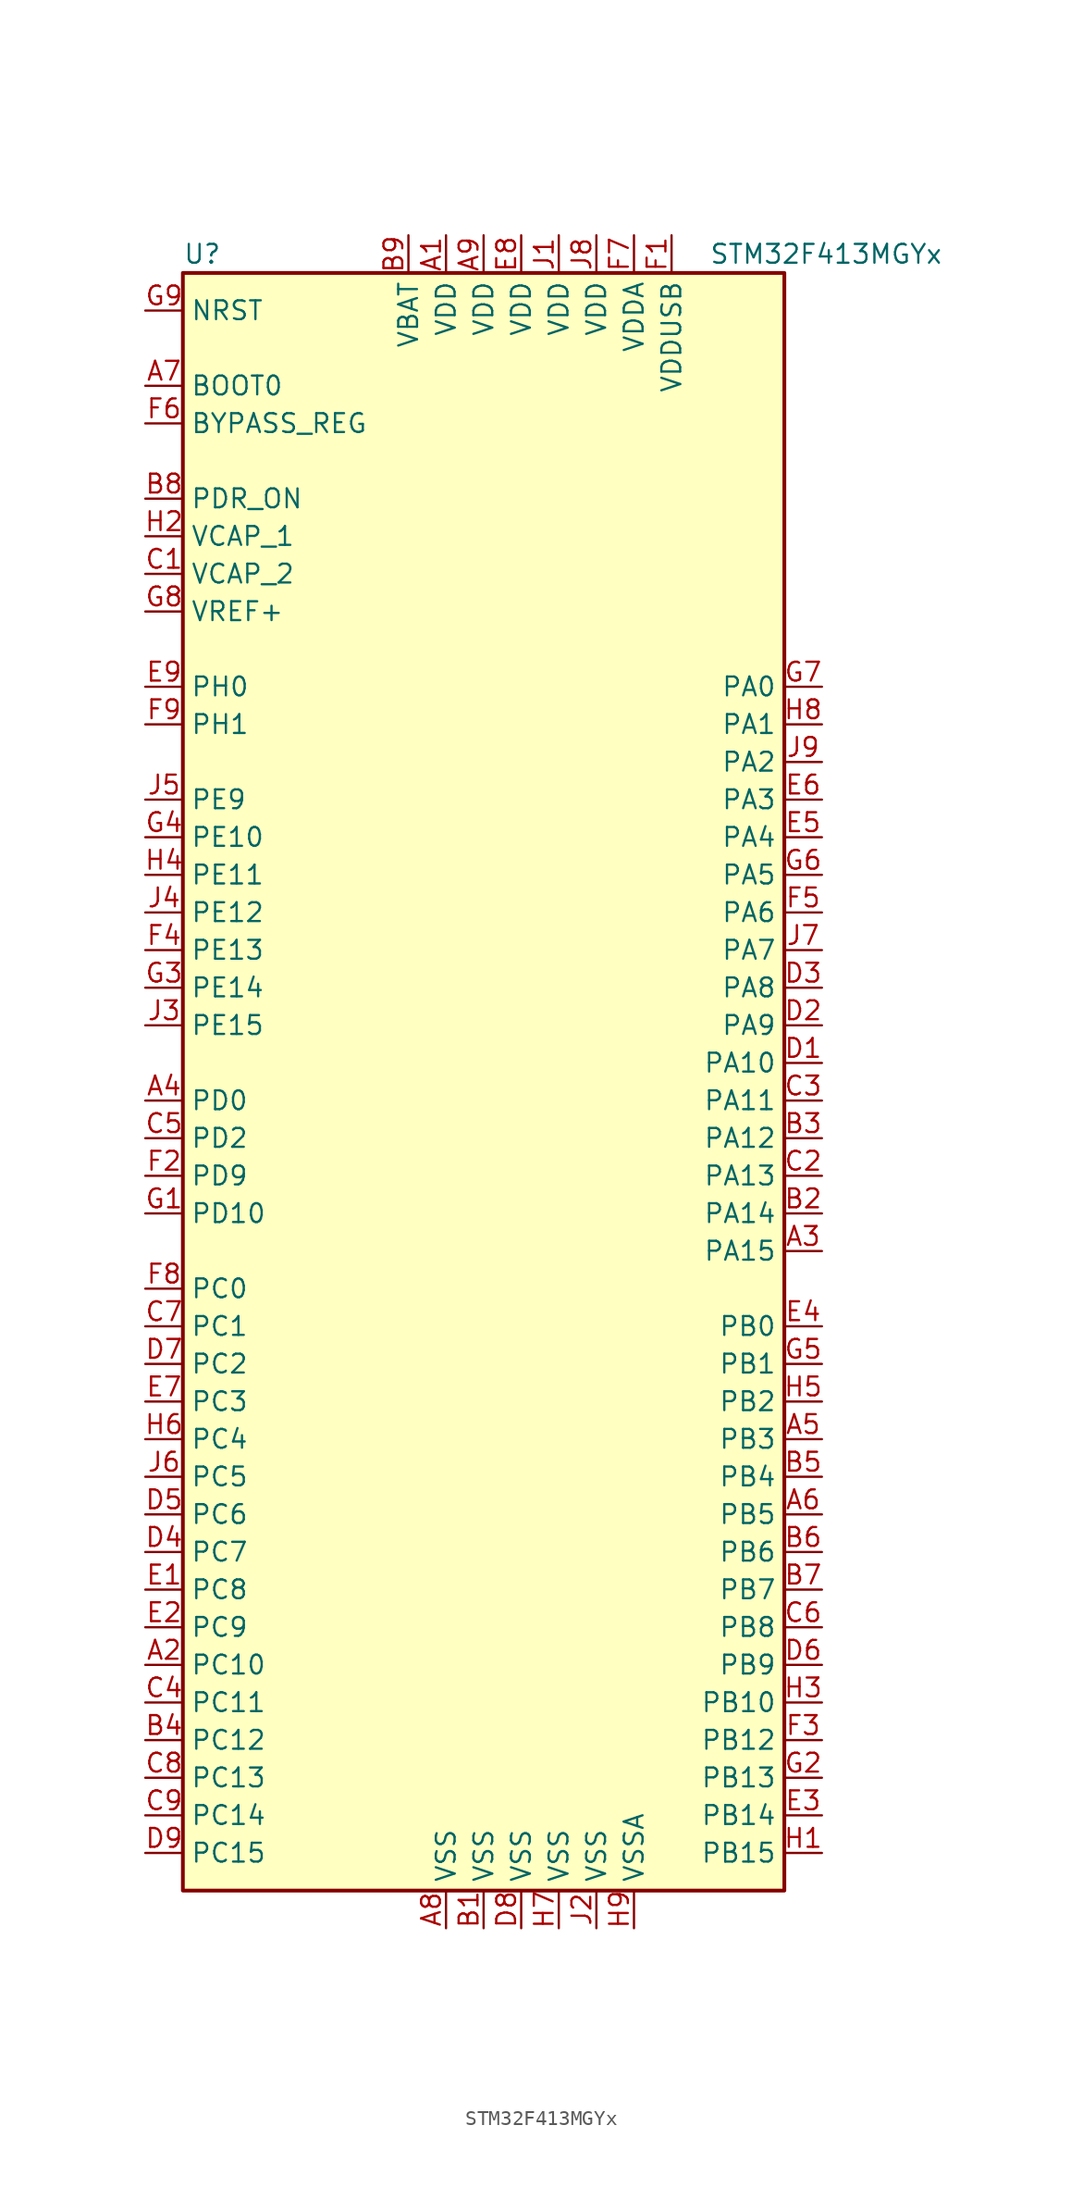
<source format=kicad_sym>
(kicad_symbol_lib
  (version 20211014)
  (generator kicad_symbol_editor)
  (symbol "STM32F413MGYx"
    (property "Reference" "U"
      (at -20.32 54.61 0)
      (effects (font (size 1.27 1.27)) (justify left)))
    (property "Value" "STM32F413MGYx"
      (at 15.24 54.61 0)
      (effects (font (size 1.27 1.27)) (justify left)))
    (symbol "STM32F413MGYx_0_1"
      (rectangle (start -20.32 -55.88) (end 20.32 53.34) (stroke (width 0.254) (type default) (color 0 0 0 0)) (fill (type background))))
    (symbol "STM32F413MGYx_1_1"
      (pin power_in line (at -2.54 55.88 270) (length 2.54) (name "VDD" (effects (font (size 1.27 1.27)))) (number "A1" (effects (font (size 1.27 1.27)))))
      (pin bidirectional line (at -22.86 -40.64 0) (length 2.54) (name "PC10" (effects (font (size 1.27 1.27)))) (number "A2" (effects (font (size 1.27 1.27)))))
      (pin bidirectional line (at 22.86 -12.7 180) (length 2.54) (name "PA15" (effects (font (size 1.27 1.27)))) (number "A3" (effects (font (size 1.27 1.27)))))
      (pin bidirectional line (at -22.86 -2.54 0) (length 2.54) (name "PD0" (effects (font (size 1.27 1.27)))) (number "A4" (effects (font (size 1.27 1.27)))))
      (pin bidirectional line (at 22.86 -25.4 180) (length 2.54) (name "PB3" (effects (font (size 1.27 1.27)))) (number "A5" (effects (font (size 1.27 1.27)))))
      (pin bidirectional line (at 22.86 -30.48 180) (length 2.54) (name "PB5" (effects (font (size 1.27 1.27)))) (number "A6" (effects (font (size 1.27 1.27)))))
      (pin input line (at -22.86 45.72 0) (length 2.54) (name "BOOT0" (effects (font (size 1.27 1.27)))) (number "A7" (effects (font (size 1.27 1.27)))))
      (pin power_in line (at -2.54 -58.42 90) (length 2.54) (name "VSS" (effects (font (size 1.27 1.27)))) (number "A8" (effects (font (size 1.27 1.27)))))
      (pin power_in line (at 0 55.88 270) (length 2.54) (name "VDD" (effects (font (size 1.27 1.27)))) (number "A9" (effects (font (size 1.27 1.27)))))
      (pin power_in line (at 0 -58.42 90) (length 2.54) (name "VSS" (effects (font (size 1.27 1.27)))) (number "B1" (effects (font (size 1.27 1.27)))))
      (pin bidirectional line (at 22.86 -10.16 180) (length 2.54) (name "PA14" (effects (font (size 1.27 1.27)))) (number "B2" (effects (font (size 1.27 1.27)))))
      (pin bidirectional line (at 22.86 -5.08 180) (length 2.54) (name "PA12" (effects (font (size 1.27 1.27)))) (number "B3" (effects (font (size 1.27 1.27)))))
      (pin bidirectional line (at -22.86 -45.72 0) (length 2.54) (name "PC12" (effects (font (size 1.27 1.27)))) (number "B4" (effects (font (size 1.27 1.27)))))
      (pin bidirectional line (at 22.86 -27.94 180) (length 2.54) (name "PB4" (effects (font (size 1.27 1.27)))) (number "B5" (effects (font (size 1.27 1.27)))))
      (pin bidirectional line (at 22.86 -33.02 180) (length 2.54) (name "PB6" (effects (font (size 1.27 1.27)))) (number "B6" (effects (font (size 1.27 1.27)))))
      (pin bidirectional line (at 22.86 -35.56 180) (length 2.54) (name "PB7" (effects (font (size 1.27 1.27)))) (number "B7" (effects (font (size 1.27 1.27)))))
      (pin power_in line (at -22.86 38.1 0) (length 2.54) (name "PDR_ON" (effects (font (size 1.27 1.27)))) (number "B8" (effects (font (size 1.27 1.27)))))
      (pin power_in line (at -5.08 55.88 270) (length 2.54) (name "VBAT" (effects (font (size 1.27 1.27)))) (number "B9" (effects (font (size 1.27 1.27)))))
      (pin power_in line (at -22.86 33.02 0) (length 2.54) (name "VCAP_2" (effects (font (size 1.27 1.27)))) (number "C1" (effects (font (size 1.27 1.27)))))
      (pin bidirectional line (at 22.86 -7.62 180) (length 2.54) (name "PA13" (effects (font (size 1.27 1.27)))) (number "C2" (effects (font (size 1.27 1.27)))))
      (pin bidirectional line (at 22.86 -2.54 180) (length 2.54) (name "PA11" (effects (font (size 1.27 1.27)))) (number "C3" (effects (font (size 1.27 1.27)))))
      (pin bidirectional line (at -22.86 -43.18 0) (length 2.54) (name "PC11" (effects (font (size 1.27 1.27)))) (number "C4" (effects (font (size 1.27 1.27)))))
      (pin bidirectional line (at -22.86 -5.08 0) (length 2.54) (name "PD2" (effects (font (size 1.27 1.27)))) (number "C5" (effects (font (size 1.27 1.27)))))
      (pin bidirectional line (at 22.86 -38.1 180) (length 2.54) (name "PB8" (effects (font (size 1.27 1.27)))) (number "C6" (effects (font (size 1.27 1.27)))))
      (pin bidirectional line (at -22.86 -17.78 0) (length 2.54) (name "PC1" (effects (font (size 1.27 1.27)))) (number "C7" (effects (font (size 1.27 1.27)))))
      (pin bidirectional line (at -22.86 -48.26 0) (length 2.54) (name "PC13" (effects (font (size 1.27 1.27)))) (number "C8" (effects (font (size 1.27 1.27)))))
      (pin bidirectional line (at -22.86 -50.8 0) (length 2.54) (name "PC14" (effects (font (size 1.27 1.27)))) (number "C9" (effects (font (size 1.27 1.27)))))
      (pin bidirectional line (at 22.86 0 180) (length 2.54) (name "PA10" (effects (font (size 1.27 1.27)))) (number "D1" (effects (font (size 1.27 1.27)))))
      (pin bidirectional line (at 22.86 2.54 180) (length 2.54) (name "PA9" (effects (font (size 1.27 1.27)))) (number "D2" (effects (font (size 1.27 1.27)))))
      (pin bidirectional line (at 22.86 5.08 180) (length 2.54) (name "PA8" (effects (font (size 1.27 1.27)))) (number "D3" (effects (font (size 1.27 1.27)))))
      (pin bidirectional line (at -22.86 -33.02 0) (length 2.54) (name "PC7" (effects (font (size 1.27 1.27)))) (number "D4" (effects (font (size 1.27 1.27)))))
      (pin bidirectional line (at -22.86 -30.48 0) (length 2.54) (name "PC6" (effects (font (size 1.27 1.27)))) (number "D5" (effects (font (size 1.27 1.27)))))
      (pin bidirectional line (at 22.86 -40.64 180) (length 2.54) (name "PB9" (effects (font (size 1.27 1.27)))) (number "D6" (effects (font (size 1.27 1.27)))))
      (pin bidirectional line (at -22.86 -20.32 0) (length 2.54) (name "PC2" (effects (font (size 1.27 1.27)))) (number "D7" (effects (font (size 1.27 1.27)))))
      (pin power_in line (at 2.54 -58.42 90) (length 2.54) (name "VSS" (effects (font (size 1.27 1.27)))) (number "D8" (effects (font (size 1.27 1.27)))))
      (pin bidirectional line (at -22.86 -53.34 0) (length 2.54) (name "PC15" (effects (font (size 1.27 1.27)))) (number "D9" (effects (font (size 1.27 1.27)))))
      (pin bidirectional line (at -22.86 -35.56 0) (length 2.54) (name "PC8" (effects (font (size 1.27 1.27)))) (number "E1" (effects (font (size 1.27 1.27)))))
      (pin bidirectional line (at -22.86 -38.1 0) (length 2.54) (name "PC9" (effects (font (size 1.27 1.27)))) (number "E2" (effects (font (size 1.27 1.27)))))
      (pin bidirectional line (at 22.86 -50.8 180) (length 2.54) (name "PB14" (effects (font (size 1.27 1.27)))) (number "E3" (effects (font (size 1.27 1.27)))))
      (pin bidirectional line (at 22.86 -17.78 180) (length 2.54) (name "PB0" (effects (font (size 1.27 1.27)))) (number "E4" (effects (font (size 1.27 1.27)))))
      (pin bidirectional line (at 22.86 15.24 180) (length 2.54) (name "PA4" (effects (font (size 1.27 1.27)))) (number "E5" (effects (font (size 1.27 1.27)))))
      (pin bidirectional line (at 22.86 17.78 180) (length 2.54) (name "PA3" (effects (font (size 1.27 1.27)))) (number "E6" (effects (font (size 1.27 1.27)))))
      (pin bidirectional line (at -22.86 -22.86 0) (length 2.54) (name "PC3" (effects (font (size 1.27 1.27)))) (number "E7" (effects (font (size 1.27 1.27)))))
      (pin power_in line (at 2.54 55.88 270) (length 2.54) (name "VDD" (effects (font (size 1.27 1.27)))) (number "E8" (effects (font (size 1.27 1.27)))))
      (pin input line (at -22.86 25.4 0) (length 2.54) (name "PH0" (effects (font (size 1.27 1.27)))) (number "E9" (effects (font (size 1.27 1.27)))))
      (pin power_in line (at 12.7 55.88 270) (length 2.54) (name "VDDUSB" (effects (font (size 1.27 1.27)))) (number "F1" (effects (font (size 1.27 1.27)))))
      (pin bidirectional line (at -22.86 -7.62 0) (length 2.54) (name "PD9" (effects (font (size 1.27 1.27)))) (number "F2" (effects (font (size 1.27 1.27)))))
      (pin bidirectional line (at 22.86 -45.72 180) (length 2.54) (name "PB12" (effects (font (size 1.27 1.27)))) (number "F3" (effects (font (size 1.27 1.27)))))
      (pin bidirectional line (at -22.86 7.62 0) (length 2.54) (name "PE13" (effects (font (size 1.27 1.27)))) (number "F4" (effects (font (size 1.27 1.27)))))
      (pin bidirectional line (at 22.86 10.16 180) (length 2.54) (name "PA6" (effects (font (size 1.27 1.27)))) (number "F5" (effects (font (size 1.27 1.27)))))
      (pin input line (at -22.86 43.18 0) (length 2.54) (name "BYPASS_REG" (effects (font (size 1.27 1.27)))) (number "F6" (effects (font (size 1.27 1.27)))))
      (pin power_in line (at 10.16 55.88 270) (length 2.54) (name "VDDA" (effects (font (size 1.27 1.27)))) (number "F7" (effects (font (size 1.27 1.27)))))
      (pin bidirectional line (at -22.86 -15.24 0) (length 2.54) (name "PC0" (effects (font (size 1.27 1.27)))) (number "F8" (effects (font (size 1.27 1.27)))))
      (pin input line (at -22.86 22.86 0) (length 2.54) (name "PH1" (effects (font (size 1.27 1.27)))) (number "F9" (effects (font (size 1.27 1.27)))))
      (pin bidirectional line (at -22.86 -10.16 0) (length 2.54) (name "PD10" (effects (font (size 1.27 1.27)))) (number "G1" (effects (font (size 1.27 1.27)))))
      (pin bidirectional line (at 22.86 -48.26 180) (length 2.54) (name "PB13" (effects (font (size 1.27 1.27)))) (number "G2" (effects (font (size 1.27 1.27)))))
      (pin bidirectional line (at -22.86 5.08 0) (length 2.54) (name "PE14" (effects (font (size 1.27 1.27)))) (number "G3" (effects (font (size 1.27 1.27)))))
      (pin bidirectional line (at -22.86 15.24 0) (length 2.54) (name "PE10" (effects (font (size 1.27 1.27)))) (number "G4" (effects (font (size 1.27 1.27)))))
      (pin bidirectional line (at 22.86 -20.32 180) (length 2.54) (name "PB1" (effects (font (size 1.27 1.27)))) (number "G5" (effects (font (size 1.27 1.27)))))
      (pin bidirectional line (at 22.86 12.7 180) (length 2.54) (name "PA5" (effects (font (size 1.27 1.27)))) (number "G6" (effects (font (size 1.27 1.27)))))
      (pin bidirectional line (at 22.86 25.4 180) (length 2.54) (name "PA0" (effects (font (size 1.27 1.27)))) (number "G7" (effects (font (size 1.27 1.27)))))
      (pin power_in line (at -22.86 30.48 0) (length 2.54) (name "VREF+" (effects (font (size 1.27 1.27)))) (number "G8" (effects (font (size 1.27 1.27)))))
      (pin input line (at -22.86 50.8 0) (length 2.54) (name "NRST" (effects (font (size 1.27 1.27)))) (number "G9" (effects (font (size 1.27 1.27)))))
      (pin bidirectional line (at 22.86 -53.34 180) (length 2.54) (name "PB15" (effects (font (size 1.27 1.27)))) (number "H1" (effects (font (size 1.27 1.27)))))
      (pin power_in line (at -22.86 35.56 0) (length 2.54) (name "VCAP_1" (effects (font (size 1.27 1.27)))) (number "H2" (effects (font (size 1.27 1.27)))))
      (pin bidirectional line (at 22.86 -43.18 180) (length 2.54) (name "PB10" (effects (font (size 1.27 1.27)))) (number "H3" (effects (font (size 1.27 1.27)))))
      (pin bidirectional line (at -22.86 12.7 0) (length 2.54) (name "PE11" (effects (font (size 1.27 1.27)))) (number "H4" (effects (font (size 1.27 1.27)))))
      (pin bidirectional line (at 22.86 -22.86 180) (length 2.54) (name "PB2" (effects (font (size 1.27 1.27)))) (number "H5" (effects (font (size 1.27 1.27)))))
      (pin bidirectional line (at -22.86 -25.4 0) (length 2.54) (name "PC4" (effects (font (size 1.27 1.27)))) (number "H6" (effects (font (size 1.27 1.27)))))
      (pin power_in line (at 5.08 -58.42 90) (length 2.54) (name "VSS" (effects (font (size 1.27 1.27)))) (number "H7" (effects (font (size 1.27 1.27)))))
      (pin bidirectional line (at 22.86 22.86 180) (length 2.54) (name "PA1" (effects (font (size 1.27 1.27)))) (number "H8" (effects (font (size 1.27 1.27)))))
      (pin power_in line (at 10.16 -58.42 90) (length 2.54) (name "VSSA" (effects (font (size 1.27 1.27)))) (number "H9" (effects (font (size 1.27 1.27)))))
      (pin power_in line (at 5.08 55.88 270) (length 2.54) (name "VDD" (effects (font (size 1.27 1.27)))) (number "J1" (effects (font (size 1.27 1.27)))))
      (pin power_in line (at 7.62 -58.42 90) (length 2.54) (name "VSS" (effects (font (size 1.27 1.27)))) (number "J2" (effects (font (size 1.27 1.27)))))
      (pin bidirectional line (at -22.86 2.54 0) (length 2.54) (name "PE15" (effects (font (size 1.27 1.27)))) (number "J3" (effects (font (size 1.27 1.27)))))
      (pin bidirectional line (at -22.86 10.16 0) (length 2.54) (name "PE12" (effects (font (size 1.27 1.27)))) (number "J4" (effects (font (size 1.27 1.27)))))
      (pin bidirectional line (at -22.86 17.78 0) (length 2.54) (name "PE9" (effects (font (size 1.27 1.27)))) (number "J5" (effects (font (size 1.27 1.27)))))
      (pin bidirectional line (at -22.86 -27.94 0) (length 2.54) (name "PC5" (effects (font (size 1.27 1.27)))) (number "J6" (effects (font (size 1.27 1.27)))))
      (pin bidirectional line (at 22.86 7.62 180) (length 2.54) (name "PA7" (effects (font (size 1.27 1.27)))) (number "J7" (effects (font (size 1.27 1.27)))))
      (pin power_in line (at 7.62 55.88 270) (length 2.54) (name "VDD" (effects (font (size 1.27 1.27)))) (number "J8" (effects (font (size 1.27 1.27)))))
      (pin bidirectional line (at 22.86 20.32 180) (length 2.54) (name "PA2" (effects (font (size 1.27 1.27)))) (number "J9" (effects (font (size 1.27 1.27))))))))
</source>
